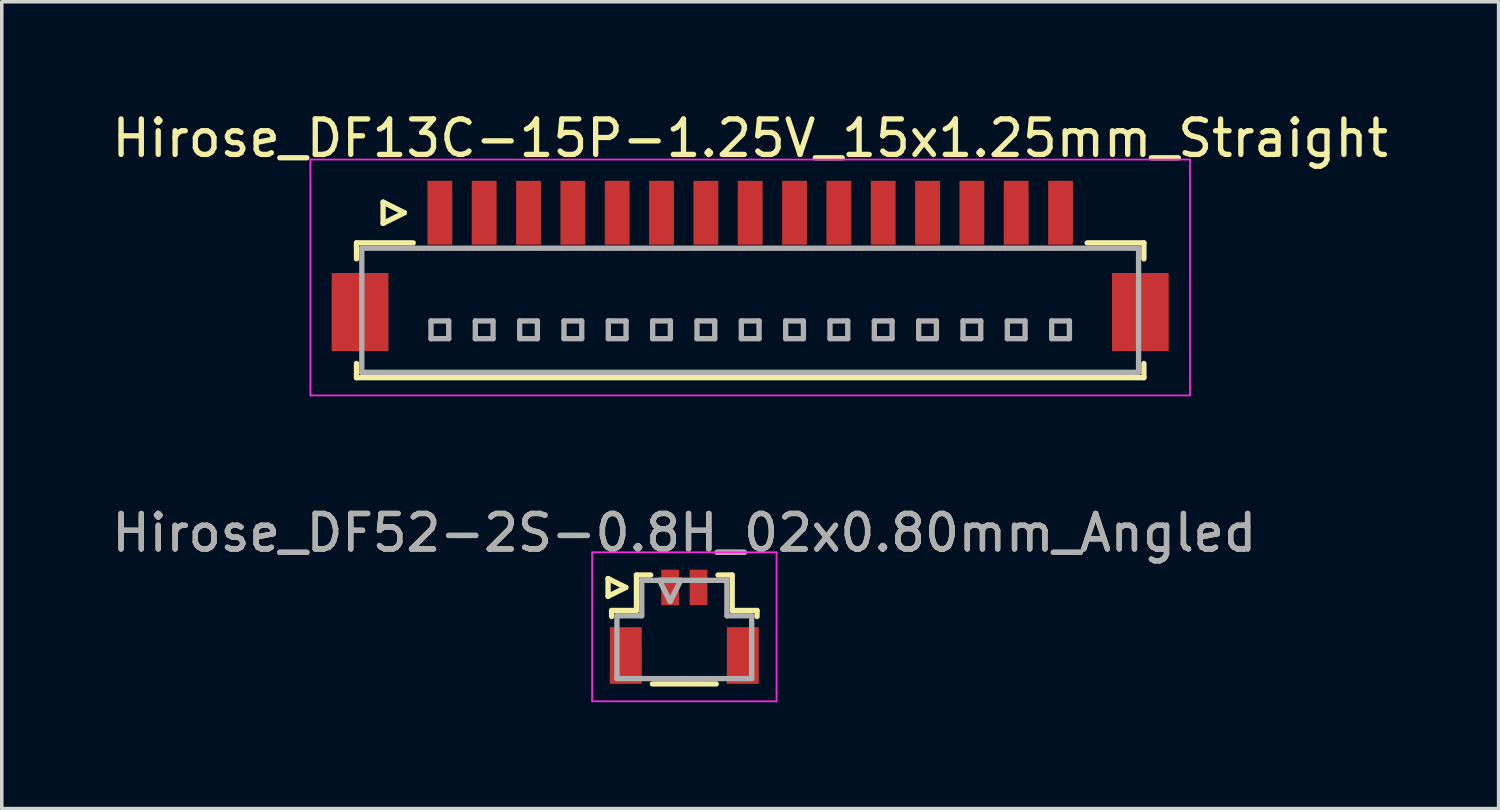
<source format=kicad_pcb>
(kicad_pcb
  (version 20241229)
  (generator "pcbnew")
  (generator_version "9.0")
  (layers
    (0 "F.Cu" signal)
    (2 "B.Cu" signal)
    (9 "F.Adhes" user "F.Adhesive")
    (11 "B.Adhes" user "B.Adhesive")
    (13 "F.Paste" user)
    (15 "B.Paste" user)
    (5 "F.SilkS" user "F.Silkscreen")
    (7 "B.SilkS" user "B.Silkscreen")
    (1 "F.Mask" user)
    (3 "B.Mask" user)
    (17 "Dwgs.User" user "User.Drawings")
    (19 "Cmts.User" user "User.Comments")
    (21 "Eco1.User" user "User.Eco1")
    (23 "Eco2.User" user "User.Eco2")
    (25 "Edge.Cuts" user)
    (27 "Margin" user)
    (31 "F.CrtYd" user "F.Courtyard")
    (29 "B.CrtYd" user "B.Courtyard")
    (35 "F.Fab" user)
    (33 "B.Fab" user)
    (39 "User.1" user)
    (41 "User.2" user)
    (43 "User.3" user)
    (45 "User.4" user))
  (footprint "Hirose_DF52-2S-0.8H_02x0.80mm_Angled"
    (layer "F.Cu")
    (at 16.244 14.472)
    (property "Reference" "Hirose_DF52-2S-0.8H_02x0.80mm_Angled" (at 0 -2.5 0) (layer "F.SilkS") (effects (font (size 1 1) (thickness 0.15))))
    (attr smd)
    (fp_line (start -2.15 -1.21) (end -2.15 -0.71) (stroke (width 0.15) (type solid)) (layer "F.SilkS"))
    (fp_line (start -2.15 -0.71) (end -1.65 -0.96) (stroke (width 0.15) (type solid)) (layer "F.SilkS"))
    (fp_line (start -2.05 -0.31) (end -2.05 -0.14) (stroke (width 0.15) (type solid)) (layer "F.SilkS"))
    (fp_line (start -1.65 -0.96) (end -2.15 -1.21) (stroke (width 0.15) (type solid)) (layer "F.SilkS"))
    (fp_line (start -1.35 -1.31) (end -1.35 -0.31) (stroke (width 0.15) (type solid)) (layer "F.SilkS"))
    (fp_line (start -1.35 -0.31) (end -2.05 -0.31) (stroke (width 0.15) (type solid)) (layer "F.SilkS"))
    (fp_line (start -0.95 -1.31) (end -1.35 -1.31) (stroke (width 0.15) (type solid)) (layer "F.SilkS"))
    (fp_line (start -0.9 1.76) (end 0.9 1.76) (stroke (width 0.15) (type solid)) (layer "F.SilkS"))
    (fp_line (start 0.95 -1.31) (end 1.35 -1.31) (stroke (width 0.15) (type solid)) (layer "F.SilkS"))
    (fp_line (start 1.35 -1.31) (end 1.35 -0.31) (stroke (width 0.15) (type solid)) (layer "F.SilkS"))
    (fp_line (start 1.35 -0.31) (end 2.05 -0.31) (stroke (width 0.15) (type solid)) (layer "F.SilkS"))
    (fp_line (start 2.05 -0.31) (end 2.05 -0.14) (stroke (width 0.15) (type solid)) (layer "F.SilkS"))
    (fp_line (start -2.6 -1.95) (end -2.6 2.25) (stroke (width 0.05) (type solid)) (layer "F.CrtYd"))
    (fp_line (start -2.6 2.25) (end 2.6 2.25) (stroke (width 0.05) (type solid)) (layer "F.CrtYd"))
    (fp_line (start 2.6 -1.95) (end -2.6 -1.95) (stroke (width 0.05) (type solid)) (layer "F.CrtYd"))
    (fp_line (start 2.6 2.25) (end 2.6 -1.95) (stroke (width 0.05) (type solid)) (layer "F.CrtYd"))
    (fp_line (start -1.9 -0.16) (end -1.9 1.61) (stroke (width 0.15) (type solid)) (layer "F.Fab"))
    (fp_line (start -1.9 1.61) (end 0 1.61) (stroke (width 0.15) (type solid)) (layer "F.Fab"))
    (fp_line (start -1.2 -1.16) (end -1.2 -1.16) (stroke (width 0.15) (type solid)) (layer "F.Fab"))
    (fp_line (start -1.2 -1.16) (end -1.2 -0.16) (stroke (width 0.15) (type solid)) (layer "F.Fab"))
    (fp_line (start -1.2 -0.16) (end -1.9 -0.16) (stroke (width 0.15) (type solid)) (layer "F.Fab"))
    (fp_line (start -0.7 -1.16) (end -0.1 -1.16) (stroke (width 0.15) (type solid)) (layer "F.Fab"))
    (fp_line (start -0.4 -0.56) (end -0.7 -1.16) (stroke (width 0.15) (type solid)) (layer "F.Fab"))
    (fp_line (start -0.1 -1.16) (end -0.4 -0.56) (stroke (width 0.15) (type solid)) (layer "F.Fab"))
    (fp_line (start 0 -1.16) (end -1.2 -1.16) (stroke (width 0.15) (type solid)) (layer "F.Fab"))
    (fp_line (start 0 -1.16) (end 1.2 -1.16) (stroke (width 0.15) (type solid)) (layer "F.Fab"))
    (fp_line (start 1.2 -1.16) (end 1.2 -1.16) (stroke (width 0.15) (type solid)) (layer "F.Fab"))
    (fp_line (start 1.2 -1.16) (end 1.2 -0.16) (stroke (width 0.15) (type solid)) (layer "F.Fab"))
    (fp_line (start 1.2 -0.16) (end 1.9 -0.16) (stroke (width 0.15) (type solid)) (layer "F.Fab"))
    (fp_line (start 1.9 -0.16) (end 1.9 1.61) (stroke (width 0.15) (type solid)) (layer "F.Fab"))
    (fp_line (start 1.9 1.61) (end 0 1.61) (stroke (width 0.15) (type solid)) (layer "F.Fab"))
    (fp_text user "${REFERENCE}" (at 0 -2.5 0) (layer "F.Fab") (effects (font (size 1 1) (thickness 0.15))))
    (pad "" smd rect (at -1.65 0.96) (size 0.9 1.6) (layers "F.Cu" "F.Mask" "F.Paste"))
    (pad "" smd rect (at 1.65 0.96) (size 0.9 1.6) (layers "F.Cu" "F.Mask" "F.Paste"))
    (pad "1" smd rect (at -0.4 -0.96) (size 0.5 1) (layers "F.Cu" "F.Mask" "F.Paste"))
    (pad "2" smd rect (at 0.4 -0.96) (size 0.5 1) (layers "F.Cu" "F.Mask" "F.Paste")))
  (footprint "Hirose_DF13C-15P-1.25V_15x1.25mm_Straight"
    (layer "F.Cu")
    (at 18.101 4.348)
    (property "Reference" "Hirose_DF13C-15P-1.25V_15x1.25mm_Straight" (at 0 -3.5 0) (layer "F.SilkS") (effects (font (size 1 1) (thickness 0.15))))
    (attr smd)
    (fp_line (start -11.1 -0.55) (end -11.1 -0.1) (stroke (width 0.15) (type solid)) (layer "F.SilkS"))
    (fp_line (start -11.1 -0.55) (end -9.5 -0.55) (stroke (width 0.15) (type solid)) (layer "F.SilkS"))
    (fp_line (start -11.1 3.25) (end -11.1 2.85) (stroke (width 0.15) (type solid)) (layer "F.SilkS"))
    (fp_line (start -11.1 3.25) (end 11.1 3.25) (stroke (width 0.15) (type solid)) (layer "F.SilkS"))
    (fp_line (start -10.35 -1.7) (end -10.35 -1.1) (stroke (width 0.15) (type solid)) (layer "F.SilkS"))
    (fp_line (start -10.35 -1.1) (end -9.75 -1.4) (stroke (width 0.15) (type solid)) (layer "F.SilkS"))
    (fp_line (start -9.75 -1.4) (end -10.35 -1.7) (stroke (width 0.15) (type solid)) (layer "F.SilkS"))
    (fp_line (start 11.1 -0.55) (end 9.5 -0.55) (stroke (width 0.15) (type solid)) (layer "F.SilkS"))
    (fp_line (start 11.1 -0.55) (end 11.1 -0.1) (stroke (width 0.15) (type solid)) (layer "F.SilkS"))
    (fp_line (start 11.1 3.25) (end 11.1 2.85) (stroke (width 0.15) (type solid)) (layer "F.SilkS"))
    (fp_line (start -12.4 -2.9) (end -12.4 3.75) (stroke (width 0.05) (type solid)) (layer "F.CrtYd"))
    (fp_line (start -12.4 3.75) (end 12.4 3.75) (stroke (width 0.05) (type solid)) (layer "F.CrtYd"))
    (fp_line (start 12.4 -2.9) (end -12.4 -2.9) (stroke (width 0.05) (type solid)) (layer "F.CrtYd"))
    (fp_line (start 12.4 3.75) (end 12.4 -2.9) (stroke (width 0.05) (type solid)) (layer "F.CrtYd"))
    (fp_line (start -10.95 -0.4) (end -10.95 3.1) (stroke (width 0.15) (type solid)) (layer "F.Fab"))
    (fp_line (start -10.95 3.1) (end 10.95 3.1) (stroke (width 0.15) (type solid)) (layer "F.Fab"))
    (fp_line (start -9 1.65) (end -9 2.15) (stroke (width 0.15) (type solid)) (layer "F.Fab"))
    (fp_line (start -9 2.15) (end -8.5 2.15) (stroke (width 0.15) (type solid)) (layer "F.Fab"))
    (fp_line (start -8.5 1.65) (end -9 1.65) (stroke (width 0.15) (type solid)) (layer "F.Fab"))
    (fp_line (start -8.5 2.15) (end -8.5 1.65) (stroke (width 0.15) (type solid)) (layer "F.Fab"))
    (fp_line (start -7.75 1.65) (end -7.75 2.15) (stroke (width 0.15) (type solid)) (layer "F.Fab"))
    (fp_line (start -7.75 2.15) (end -7.25 2.15) (stroke (width 0.15) (type solid)) (layer "F.Fab"))
    (fp_line (start -7.25 1.65) (end -7.75 1.65) (stroke (width 0.15) (type solid)) (layer "F.Fab"))
    (fp_line (start -7.25 2.15) (end -7.25 1.65) (stroke (width 0.15) (type solid)) (layer "F.Fab"))
    (fp_line (start -6.5 1.65) (end -6.5 2.15) (stroke (width 0.15) (type solid)) (layer "F.Fab"))
    (fp_line (start -6.5 2.15) (end -6 2.15) (stroke (width 0.15) (type solid)) (layer "F.Fab"))
    (fp_line (start -6 1.65) (end -6.5 1.65) (stroke (width 0.15) (type solid)) (layer "F.Fab"))
    (fp_line (start -6 2.15) (end -6 1.65) (stroke (width 0.15) (type solid)) (layer "F.Fab"))
    (fp_line (start -5.25 1.65) (end -5.25 2.15) (stroke (width 0.15) (type solid)) (layer "F.Fab"))
    (fp_line (start -5.25 2.15) (end -4.75 2.15) (stroke (width 0.15) (type solid)) (layer "F.Fab"))
    (fp_line (start -4.75 1.65) (end -5.25 1.65) (stroke (width 0.15) (type solid)) (layer "F.Fab"))
    (fp_line (start -4.75 2.15) (end -4.75 1.65) (stroke (width 0.15) (type solid)) (layer "F.Fab"))
    (fp_line (start -4 1.65) (end -4 2.15) (stroke (width 0.15) (type solid)) (layer "F.Fab"))
    (fp_line (start -4 2.15) (end -3.5 2.15) (stroke (width 0.15) (type solid)) (layer "F.Fab"))
    (fp_line (start -3.5 1.65) (end -4 1.65) (stroke (width 0.15) (type solid)) (layer "F.Fab"))
    (fp_line (start -3.5 2.15) (end -3.5 1.65) (stroke (width 0.15) (type solid)) (layer "F.Fab"))
    (fp_line (start -2.75 1.65) (end -2.75 2.15) (stroke (width 0.15) (type solid)) (layer "F.Fab"))
    (fp_line (start -2.75 2.15) (end -2.25 2.15) (stroke (width 0.15) (type solid)) (layer "F.Fab"))
    (fp_line (start -2.25 1.65) (end -2.75 1.65) (stroke (width 0.15) (type solid)) (layer "F.Fab"))
    (fp_line (start -2.25 2.15) (end -2.25 1.65) (stroke (width 0.15) (type solid)) (layer "F.Fab"))
    (fp_line (start -1.5 1.65) (end -1.5 2.15) (stroke (width 0.15) (type solid)) (layer "F.Fab"))
    (fp_line (start -1.5 2.15) (end -1 2.15) (stroke (width 0.15) (type solid)) (layer "F.Fab"))
    (fp_line (start -1 1.65) (end -1.5 1.65) (stroke (width 0.15) (type solid)) (layer "F.Fab"))
    (fp_line (start -1 2.15) (end -1 1.65) (stroke (width 0.15) (type solid)) (layer "F.Fab"))
    (fp_line (start -0.25 1.65) (end -0.25 2.15) (stroke (width 0.15) (type solid)) (layer "F.Fab"))
    (fp_line (start -0.25 2.15) (end 0.25 2.15) (stroke (width 0.15) (type solid)) (layer "F.Fab"))
    (fp_line (start 0.25 1.65) (end -0.25 1.65) (stroke (width 0.15) (type solid)) (layer "F.Fab"))
    (fp_line (start 0.25 2.15) (end 0.25 1.65) (stroke (width 0.15) (type solid)) (layer "F.Fab"))
    (fp_line (start 1 1.65) (end 1 2.15) (stroke (width 0.15) (type solid)) (layer "F.Fab"))
    (fp_line (start 1 2.15) (end 1.5 2.15) (stroke (width 0.15) (type solid)) (layer "F.Fab"))
    (fp_line (start 1.5 1.65) (end 1 1.65) (stroke (width 0.15) (type solid)) (layer "F.Fab"))
    (fp_line (start 1.5 2.15) (end 1.5 1.65) (stroke (width 0.15) (type solid)) (layer "F.Fab"))
    (fp_line (start 2.25 1.65) (end 2.25 2.15) (stroke (width 0.15) (type solid)) (layer "F.Fab"))
    (fp_line (start 2.25 2.15) (end 2.75 2.15) (stroke (width 0.15) (type solid)) (layer "F.Fab"))
    (fp_line (start 2.75 1.65) (end 2.25 1.65) (stroke (width 0.15) (type solid)) (layer "F.Fab"))
    (fp_line (start 2.75 2.15) (end 2.75 1.65) (stroke (width 0.15) (type solid)) (layer "F.Fab"))
    (fp_line (start 3.5 1.65) (end 3.5 2.15) (stroke (width 0.15) (type solid)) (layer "F.Fab"))
    (fp_line (start 3.5 2.15) (end 4 2.15) (stroke (width 0.15) (type solid)) (layer "F.Fab"))
    (fp_line (start 4 1.65) (end 3.5 1.65) (stroke (width 0.15) (type solid)) (layer "F.Fab"))
    (fp_line (start 4 2.15) (end 4 1.65) (stroke (width 0.15) (type solid)) (layer "F.Fab"))
    (fp_line (start 4.75 1.65) (end 4.75 2.15) (stroke (width 0.15) (type solid)) (layer "F.Fab"))
    (fp_line (start 4.75 2.15) (end 5.25 2.15) (stroke (width 0.15) (type solid)) (layer "F.Fab"))
    (fp_line (start 5.25 1.65) (end 4.75 1.65) (stroke (width 0.15) (type solid)) (layer "F.Fab"))
    (fp_line (start 5.25 2.15) (end 5.25 1.65) (stroke (width 0.15) (type solid)) (layer "F.Fab"))
    (fp_line (start 6 1.65) (end 6 2.15) (stroke (width 0.15) (type solid)) (layer "F.Fab"))
    (fp_line (start 6 2.15) (end 6.5 2.15) (stroke (width 0.15) (type solid)) (layer "F.Fab"))
    (fp_line (start 6.5 1.65) (end 6 1.65) (stroke (width 0.15) (type solid)) (layer "F.Fab"))
    (fp_line (start 6.5 2.15) (end 6.5 1.65) (stroke (width 0.15) (type solid)) (layer "F.Fab"))
    (fp_line (start 7.25 1.65) (end 7.25 2.15) (stroke (width 0.15) (type solid)) (layer "F.Fab"))
    (fp_line (start 7.25 2.15) (end 7.75 2.15) (stroke (width 0.15) (type solid)) (layer "F.Fab"))
    (fp_line (start 7.75 1.65) (end 7.25 1.65) (stroke (width 0.15) (type solid)) (layer "F.Fab"))
    (fp_line (start 7.75 2.15) (end 7.75 1.65) (stroke (width 0.15) (type solid)) (layer "F.Fab"))
    (fp_line (start 8.5 1.65) (end 8.5 2.15) (stroke (width 0.15) (type solid)) (layer "F.Fab"))
    (fp_line (start 8.5 2.15) (end 9 2.15) (stroke (width 0.15) (type solid)) (layer "F.Fab"))
    (fp_line (start 9 1.65) (end 8.5 1.65) (stroke (width 0.15) (type solid)) (layer "F.Fab"))
    (fp_line (start 9 2.15) (end 9 1.65) (stroke (width 0.15) (type solid)) (layer "F.Fab"))
    (fp_line (start 10.95 -0.4) (end -10.95 -0.4) (stroke (width 0.15) (type solid)) (layer "F.Fab"))
    (fp_line (start 10.95 3.1) (end 10.95 -0.4) (stroke (width 0.15) (type solid)) (layer "F.Fab"))
    (pad "" smd rect (at -11 1.4) (size 1.6 2.2) (layers "F.Cu" "F.Mask" "F.Paste"))
    (pad "" smd rect (at 11 1.4) (size 1.6 2.2) (layers "F.Cu" "F.Mask" "F.Paste"))
    (pad "1" smd rect (at -8.75 -1.4) (size 0.7 1.8) (layers "F.Cu" "F.Mask" "F.Paste"))
    (pad "2" smd rect (at -7.5 -1.4) (size 0.7 1.8) (layers "F.Cu" "F.Mask" "F.Paste"))
    (pad "3" smd rect (at -6.25 -1.4) (size 0.7 1.8) (layers "F.Cu" "F.Mask" "F.Paste"))
    (pad "4" smd rect (at -5 -1.4) (size 0.7 1.8) (layers "F.Cu" "F.Mask" "F.Paste"))
    (pad "5" smd rect (at -3.75 -1.4) (size 0.7 1.8) (layers "F.Cu" "F.Mask" "F.Paste"))
    (pad "6" smd rect (at -2.5 -1.4) (size 0.7 1.8) (layers "F.Cu" "F.Mask" "F.Paste"))
    (pad "7" smd rect (at -1.25 -1.4) (size 0.7 1.8) (layers "F.Cu" "F.Mask" "F.Paste"))
    (pad "8" smd rect (at 0 -1.4) (size 0.7 1.8) (layers "F.Cu" "F.Mask" "F.Paste"))
    (pad "9" smd rect (at 1.25 -1.4) (size 0.7 1.8) (layers "F.Cu" "F.Mask" "F.Paste"))
    (pad "10" smd rect (at 2.5 -1.4) (size 0.7 1.8) (layers "F.Cu" "F.Mask" "F.Paste"))
    (pad "11" smd rect (at 3.75 -1.4) (size 0.7 1.8) (layers "F.Cu" "F.Mask" "F.Paste"))
    (pad "12" smd rect (at 5 -1.4) (size 0.7 1.8) (layers "F.Cu" "F.Mask" "F.Paste"))
    (pad "13" smd rect (at 6.25 -1.4) (size 0.7 1.8) (layers "F.Cu" "F.Mask" "F.Paste"))
    (pad "14" smd rect (at 7.5 -1.4) (size 0.7 1.8) (layers "F.Cu" "F.Mask" "F.Paste"))
    (pad "15" smd rect (at 8.75 -1.4) (size 0.7 1.8) (layers "F.Cu" "F.Mask" "F.Paste")))
  (gr_rect
    (start -3 -3)
    (end 39.202 19.747)
    (stroke (width 0.1) (type default))
    (fill no)
    (layer "Edge.Cuts")))
</source>
